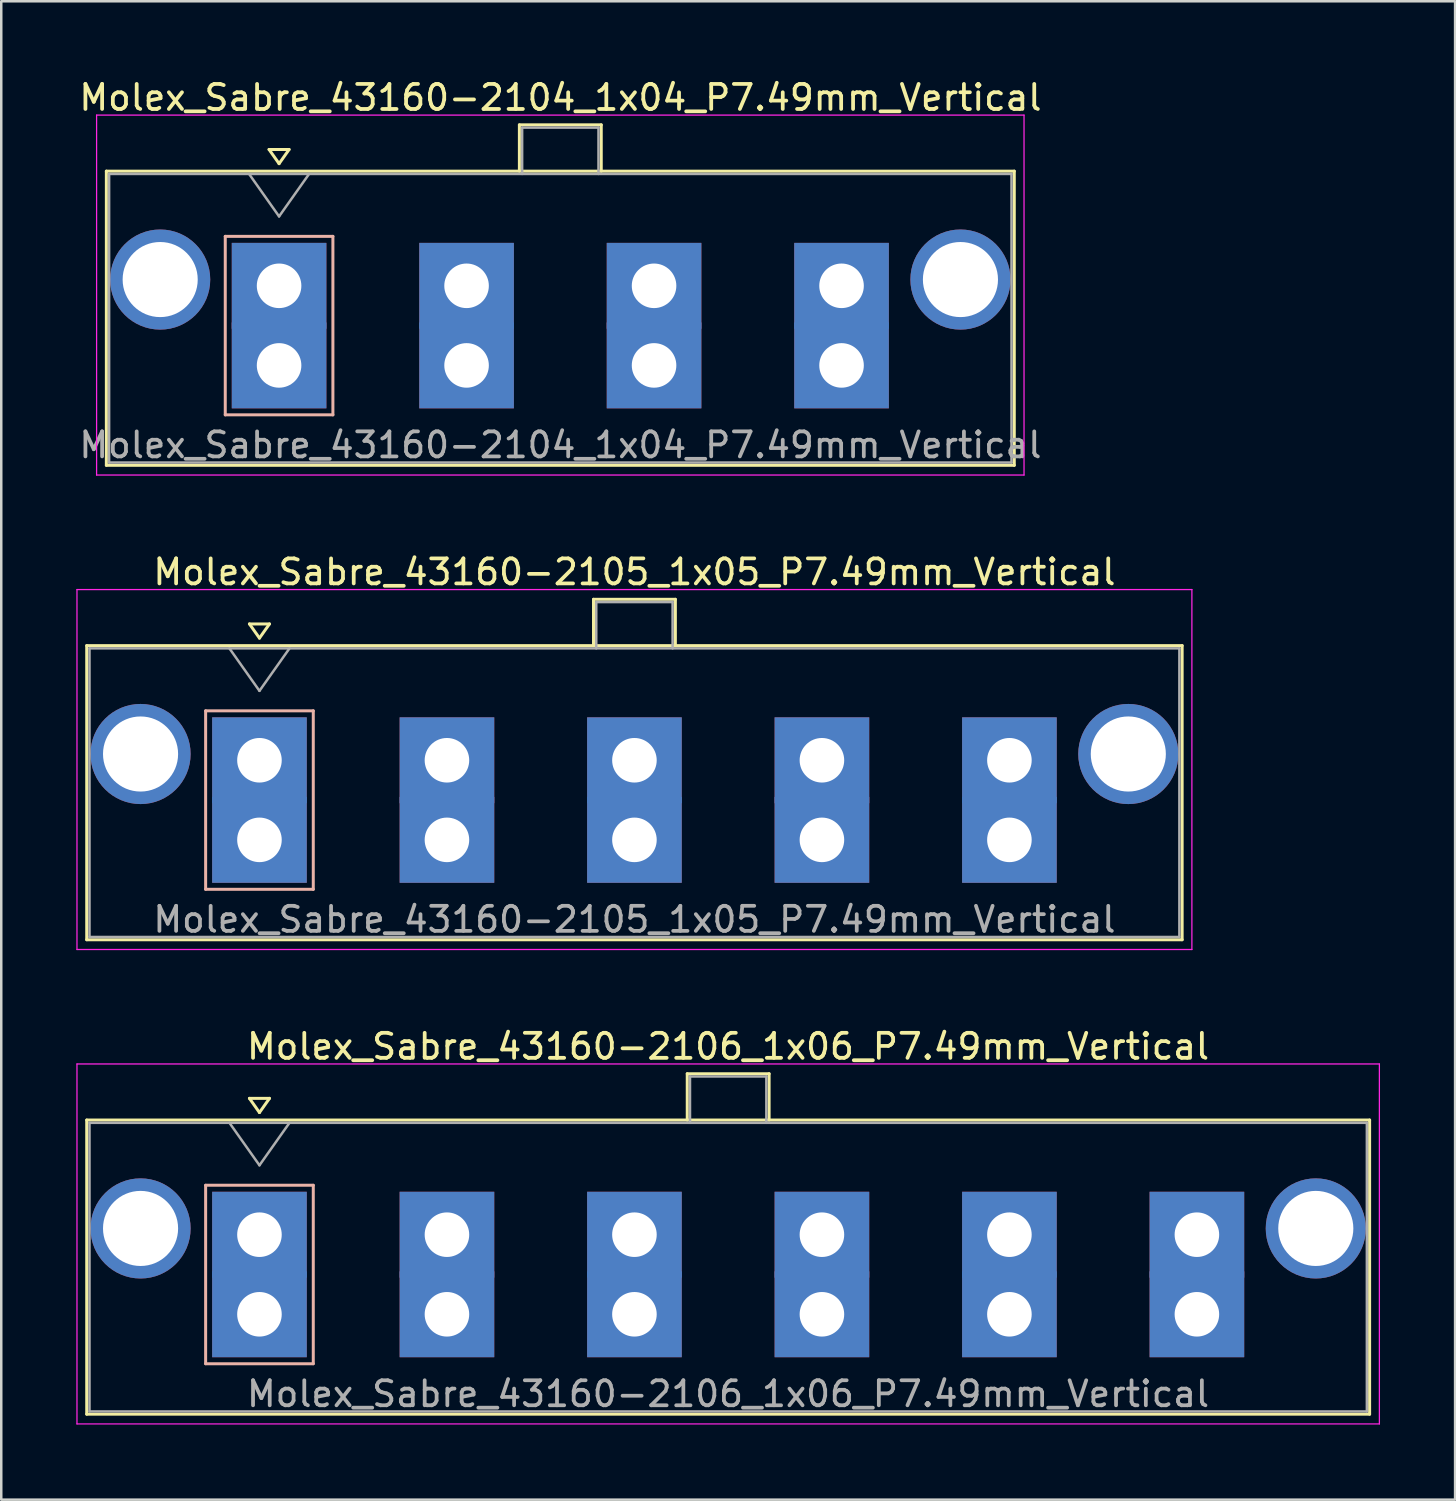
<source format=kicad_pcb>
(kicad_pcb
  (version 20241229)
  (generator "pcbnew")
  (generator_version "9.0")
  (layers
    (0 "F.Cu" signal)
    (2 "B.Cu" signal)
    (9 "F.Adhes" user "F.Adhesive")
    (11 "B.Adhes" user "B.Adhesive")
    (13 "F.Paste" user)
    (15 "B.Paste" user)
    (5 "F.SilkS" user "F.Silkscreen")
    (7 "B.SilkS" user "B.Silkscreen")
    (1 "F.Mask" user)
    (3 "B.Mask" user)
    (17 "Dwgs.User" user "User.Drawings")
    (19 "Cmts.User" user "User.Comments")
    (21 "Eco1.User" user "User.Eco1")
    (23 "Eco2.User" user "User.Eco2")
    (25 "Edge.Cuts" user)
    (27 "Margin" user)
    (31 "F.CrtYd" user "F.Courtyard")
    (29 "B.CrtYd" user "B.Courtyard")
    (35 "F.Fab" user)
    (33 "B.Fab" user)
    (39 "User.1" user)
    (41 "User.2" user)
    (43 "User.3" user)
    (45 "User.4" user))
  (footprint "Molex_Sabre_43160-2104_1x04_P7.49mm_Vertical"
    (layer "F.Cu")
    (at 8.099 11.548)
    (property "Reference" "Molex_Sabre_43160-2104_1x04_P7.49mm_Vertical" (at 11.24 -10.7 0) (layer "F.SilkS") (effects (font (size 1 1) (thickness 0.15))))
    (attr through_hole)
    (fp_line (start -6.9 -7.76) (end -6.9 3.99) (stroke (width 0.12) (type solid)) (layer "F.SilkS"))
    (fp_line (start -6.9 3.99) (end 29.37 3.99) (stroke (width 0.12) (type solid)) (layer "F.SilkS"))
    (fp_line (start -0.4 -8.626) (end 0 -8.06) (stroke (width 0.12) (type solid)) (layer "F.SilkS"))
    (fp_line (start 0 -8.06) (end 0.4 -8.626) (stroke (width 0.12) (type solid)) (layer "F.SilkS"))
    (fp_line (start 0.4 -8.626) (end -0.4 -8.626) (stroke (width 0.12) (type solid)) (layer "F.SilkS"))
    (fp_line (start 9.6 -9.61) (end 12.87 -9.61) (stroke (width 0.12) (type solid)) (layer "F.SilkS"))
    (fp_line (start 9.6 -7.76) (end 9.6 -9.61) (stroke (width 0.12) (type solid)) (layer "F.SilkS"))
    (fp_line (start 12.87 -9.61) (end 12.87 -7.76) (stroke (width 0.12) (type solid)) (layer "F.SilkS"))
    (fp_line (start 29.37 -7.76) (end -6.9 -7.76) (stroke (width 0.12) (type solid)) (layer "F.SilkS"))
    (fp_line (start 29.37 3.99) (end 29.37 -7.76) (stroke (width 0.12) (type solid)) (layer "F.SilkS"))
    (fp_line (start -2.15 -5.155) (end -2.15 1.975) (stroke (width 0.12) (type solid)) (layer "B.SilkS"))
    (fp_line (start -2.15 1.975) (end 2.15 1.975) (stroke (width 0.12) (type solid)) (layer "B.SilkS"))
    (fp_line (start 2.15 -5.155) (end -2.15 -5.155) (stroke (width 0.12) (type solid)) (layer "B.SilkS"))
    (fp_line (start 2.15 1.975) (end 2.15 -5.155) (stroke (width 0.12) (type solid)) (layer "B.SilkS"))
    (fp_line (start -7.29 -10) (end -7.29 4.38) (stroke (width 0.05) (type solid)) (layer "F.CrtYd"))
    (fp_line (start -7.29 4.38) (end 29.76 4.38) (stroke (width 0.05) (type solid)) (layer "F.CrtYd"))
    (fp_line (start 29.76 -10) (end -7.29 -10) (stroke (width 0.05) (type solid)) (layer "F.CrtYd"))
    (fp_line (start 29.76 4.38) (end 29.76 -10) (stroke (width 0.05) (type solid)) (layer "F.CrtYd"))
    (fp_line (start -6.79 -7.65) (end -6.79 3.88) (stroke (width 0.1) (type solid)) (layer "F.Fab"))
    (fp_line (start -6.79 3.88) (end 29.26 3.88) (stroke (width 0.1) (type solid)) (layer "F.Fab"))
    (fp_line (start -1.2 -7.65) (end 0 -5.953) (stroke (width 0.1) (type solid)) (layer "F.Fab"))
    (fp_line (start 0 -5.953) (end 1.2 -7.65) (stroke (width 0.1) (type solid)) (layer "F.Fab"))
    (fp_line (start 9.71 -9.5) (end 12.76 -9.5) (stroke (width 0.1) (type solid)) (layer "F.Fab"))
    (fp_line (start 9.71 -7.65) (end 9.71 -9.5) (stroke (width 0.1) (type solid)) (layer "F.Fab"))
    (fp_line (start 12.76 -9.5) (end 12.76 -7.65) (stroke (width 0.1) (type solid)) (layer "F.Fab"))
    (fp_line (start 29.26 -7.65) (end -6.79 -7.65) (stroke (width 0.1) (type solid)) (layer "F.Fab"))
    (fp_line (start 29.26 3.88) (end 29.26 -7.65) (stroke (width 0.1) (type solid)) (layer "F.Fab"))
    (fp_text user "${REFERENCE}" (at 11.24 3.18 0) (layer "F.Fab") (effects (font (size 1 1) (thickness 0.15))))
    (pad "" thru_hole circle (at -4.75 -3.43) (size 4 4) (drill 3) (layers "*.Cu" "*.Mask"))
    (pad "" thru_hole circle (at 27.22 -3.43) (size 4 4) (drill 3) (layers "*.Cu" "*.Mask"))
    (pad "1" thru_hole rect (at 0 -3.18) (size 3.78 3.43) (drill 1.78) (layers "*.Cu" "*.Mask"))
    (pad "1" thru_hole rect (at 0 0) (size 3.78 3.43) (drill 1.78) (layers "*.Cu" "*.Mask"))
    (pad "2" thru_hole rect (at 7.49 -3.18) (size 3.78 3.43) (drill 1.78) (layers "*.Cu" "*.Mask"))
    (pad "2" thru_hole rect (at 7.49 0) (size 3.78 3.43) (drill 1.78) (layers "*.Cu" "*.Mask"))
    (pad "3" thru_hole rect (at 14.98 -3.18) (size 3.78 3.43) (drill 1.78) (layers "*.Cu" "*.Mask"))
    (pad "3" thru_hole rect (at 14.98 0) (size 3.78 3.43) (drill 1.78) (layers "*.Cu" "*.Mask"))
    (pad "4" thru_hole rect (at 22.47 -3.18) (size 3.78 3.43) (drill 1.78) (layers "*.Cu" "*.Mask"))
    (pad "4" thru_hole rect (at 22.47 0) (size 3.78 3.43) (drill 1.78) (layers "*.Cu" "*.Mask")))
  (footprint "Molex_Sabre_43160-2105_1x05_P7.49mm_Vertical"
    (layer "F.Cu")
    (at 7.315 30.502)
    (property "Reference" "Molex_Sabre_43160-2105_1x05_P7.49mm_Vertical" (at 14.98 -10.7 0) (layer "F.SilkS") (effects (font (size 1 1) (thickness 0.15))))
    (attr through_hole)
    (fp_line (start -6.9 -7.76) (end -6.9 3.99) (stroke (width 0.12) (type solid)) (layer "F.SilkS"))
    (fp_line (start -6.9 3.99) (end 36.86 3.99) (stroke (width 0.12) (type solid)) (layer "F.SilkS"))
    (fp_line (start -0.4 -8.626) (end 0 -8.06) (stroke (width 0.12) (type solid)) (layer "F.SilkS"))
    (fp_line (start 0 -8.06) (end 0.4 -8.626) (stroke (width 0.12) (type solid)) (layer "F.SilkS"))
    (fp_line (start 0.4 -8.626) (end -0.4 -8.626) (stroke (width 0.12) (type solid)) (layer "F.SilkS"))
    (fp_line (start 13.345 -9.61) (end 16.615 -9.61) (stroke (width 0.12) (type solid)) (layer "F.SilkS"))
    (fp_line (start 13.345 -7.76) (end 13.345 -9.61) (stroke (width 0.12) (type solid)) (layer "F.SilkS"))
    (fp_line (start 16.615 -9.61) (end 16.615 -7.76) (stroke (width 0.12) (type solid)) (layer "F.SilkS"))
    (fp_line (start 36.86 -7.76) (end -6.9 -7.76) (stroke (width 0.12) (type solid)) (layer "F.SilkS"))
    (fp_line (start 36.86 3.99) (end 36.86 -7.76) (stroke (width 0.12) (type solid)) (layer "F.SilkS"))
    (fp_line (start -2.15 -5.155) (end -2.15 1.975) (stroke (width 0.12) (type solid)) (layer "B.SilkS"))
    (fp_line (start -2.15 1.975) (end 2.15 1.975) (stroke (width 0.12) (type solid)) (layer "B.SilkS"))
    (fp_line (start 2.15 -5.155) (end -2.15 -5.155) (stroke (width 0.12) (type solid)) (layer "B.SilkS"))
    (fp_line (start 2.15 1.975) (end 2.15 -5.155) (stroke (width 0.12) (type solid)) (layer "B.SilkS"))
    (fp_line (start -7.29 -10) (end -7.29 4.38) (stroke (width 0.05) (type solid)) (layer "F.CrtYd"))
    (fp_line (start -7.29 4.38) (end 37.25 4.38) (stroke (width 0.05) (type solid)) (layer "F.CrtYd"))
    (fp_line (start 37.25 -10) (end -7.29 -10) (stroke (width 0.05) (type solid)) (layer "F.CrtYd"))
    (fp_line (start 37.25 4.38) (end 37.25 -10) (stroke (width 0.05) (type solid)) (layer "F.CrtYd"))
    (fp_line (start -6.79 -7.65) (end -6.79 3.88) (stroke (width 0.1) (type solid)) (layer "F.Fab"))
    (fp_line (start -6.79 3.88) (end 36.75 3.88) (stroke (width 0.1) (type solid)) (layer "F.Fab"))
    (fp_line (start -1.2 -7.65) (end 0 -5.953) (stroke (width 0.1) (type solid)) (layer "F.Fab"))
    (fp_line (start 0 -5.953) (end 1.2 -7.65) (stroke (width 0.1) (type solid)) (layer "F.Fab"))
    (fp_line (start 13.455 -9.5) (end 16.505 -9.5) (stroke (width 0.1) (type solid)) (layer "F.Fab"))
    (fp_line (start 13.455 -7.65) (end 13.455 -9.5) (stroke (width 0.1) (type solid)) (layer "F.Fab"))
    (fp_line (start 16.505 -9.5) (end 16.505 -7.65) (stroke (width 0.1) (type solid)) (layer "F.Fab"))
    (fp_line (start 36.75 -7.65) (end -6.79 -7.65) (stroke (width 0.1) (type solid)) (layer "F.Fab"))
    (fp_line (start 36.75 3.88) (end 36.75 -7.65) (stroke (width 0.1) (type solid)) (layer "F.Fab"))
    (fp_text user "${REFERENCE}" (at 14.98 3.18 0) (layer "F.Fab") (effects (font (size 1 1) (thickness 0.15))))
    (pad "" thru_hole circle (at -4.75 -3.43) (size 4 4) (drill 3) (layers "*.Cu" "*.Mask"))
    (pad "" thru_hole circle (at 34.71 -3.43) (size 4 4) (drill 3) (layers "*.Cu" "*.Mask"))
    (pad "1" thru_hole rect (at 0 -3.18) (size 3.78 3.43) (drill 1.78) (layers "*.Cu" "*.Mask"))
    (pad "1" thru_hole rect (at 0 0) (size 3.78 3.43) (drill 1.78) (layers "*.Cu" "*.Mask"))
    (pad "2" thru_hole rect (at 7.49 -3.18) (size 3.78 3.43) (drill 1.78) (layers "*.Cu" "*.Mask"))
    (pad "2" thru_hole rect (at 7.49 0) (size 3.78 3.43) (drill 1.78) (layers "*.Cu" "*.Mask"))
    (pad "3" thru_hole rect (at 14.98 -3.18) (size 3.78 3.43) (drill 1.78) (layers "*.Cu" "*.Mask"))
    (pad "3" thru_hole rect (at 14.98 0) (size 3.78 3.43) (drill 1.78) (layers "*.Cu" "*.Mask"))
    (pad "4" thru_hole rect (at 22.47 -3.18) (size 3.78 3.43) (drill 1.78) (layers "*.Cu" "*.Mask"))
    (pad "4" thru_hole rect (at 22.47 0) (size 3.78 3.43) (drill 1.78) (layers "*.Cu" "*.Mask"))
    (pad "5" thru_hole rect (at 29.96 -3.18) (size 3.78 3.43) (drill 1.78) (layers "*.Cu" "*.Mask"))
    (pad "5" thru_hole rect (at 29.96 0) (size 3.78 3.43) (drill 1.78) (layers "*.Cu" "*.Mask")))
  (footprint "Molex_Sabre_43160-2106_1x06_P7.49mm_Vertical"
    (layer "F.Cu")
    (at 7.315 49.455)
    (property "Reference" "Molex_Sabre_43160-2106_1x06_P7.49mm_Vertical" (at 18.72 -10.7 0) (layer "F.SilkS") (effects (font (size 1 1) (thickness 0.15))))
    (attr through_hole)
    (fp_line (start -6.9 -7.76) (end -6.9 3.99) (stroke (width 0.12) (type solid)) (layer "F.SilkS"))
    (fp_line (start -6.9 3.99) (end 44.35 3.99) (stroke (width 0.12) (type solid)) (layer "F.SilkS"))
    (fp_line (start -0.4 -8.626) (end 0 -8.06) (stroke (width 0.12) (type solid)) (layer "F.SilkS"))
    (fp_line (start 0 -8.06) (end 0.4 -8.626) (stroke (width 0.12) (type solid)) (layer "F.SilkS"))
    (fp_line (start 0.4 -8.626) (end -0.4 -8.626) (stroke (width 0.12) (type solid)) (layer "F.SilkS"))
    (fp_line (start 17.09 -9.61) (end 20.36 -9.61) (stroke (width 0.12) (type solid)) (layer "F.SilkS"))
    (fp_line (start 17.09 -7.76) (end 17.09 -9.61) (stroke (width 0.12) (type solid)) (layer "F.SilkS"))
    (fp_line (start 20.36 -9.61) (end 20.36 -7.76) (stroke (width 0.12) (type solid)) (layer "F.SilkS"))
    (fp_line (start 44.35 -7.76) (end -6.9 -7.76) (stroke (width 0.12) (type solid)) (layer "F.SilkS"))
    (fp_line (start 44.35 3.99) (end 44.35 -7.76) (stroke (width 0.12) (type solid)) (layer "F.SilkS"))
    (fp_line (start -2.15 -5.155) (end -2.15 1.975) (stroke (width 0.12) (type solid)) (layer "B.SilkS"))
    (fp_line (start -2.15 1.975) (end 2.15 1.975) (stroke (width 0.12) (type solid)) (layer "B.SilkS"))
    (fp_line (start 2.15 -5.155) (end -2.15 -5.155) (stroke (width 0.12) (type solid)) (layer "B.SilkS"))
    (fp_line (start 2.15 1.975) (end 2.15 -5.155) (stroke (width 0.12) (type solid)) (layer "B.SilkS"))
    (fp_line (start -7.29 -10) (end -7.29 4.38) (stroke (width 0.05) (type solid)) (layer "F.CrtYd"))
    (fp_line (start -7.29 4.38) (end 44.74 4.38) (stroke (width 0.05) (type solid)) (layer "F.CrtYd"))
    (fp_line (start 44.74 -10) (end -7.29 -10) (stroke (width 0.05) (type solid)) (layer "F.CrtYd"))
    (fp_line (start 44.74 4.38) (end 44.74 -10) (stroke (width 0.05) (type solid)) (layer "F.CrtYd"))
    (fp_line (start -6.79 -7.65) (end -6.79 3.88) (stroke (width 0.1) (type solid)) (layer "F.Fab"))
    (fp_line (start -6.79 3.88) (end 44.24 3.88) (stroke (width 0.1) (type solid)) (layer "F.Fab"))
    (fp_line (start -1.2 -7.65) (end 0 -5.953) (stroke (width 0.1) (type solid)) (layer "F.Fab"))
    (fp_line (start 0 -5.953) (end 1.2 -7.65) (stroke (width 0.1) (type solid)) (layer "F.Fab"))
    (fp_line (start 17.2 -9.5) (end 20.25 -9.5) (stroke (width 0.1) (type solid)) (layer "F.Fab"))
    (fp_line (start 17.2 -7.65) (end 17.2 -9.5) (stroke (width 0.1) (type solid)) (layer "F.Fab"))
    (fp_line (start 20.25 -9.5) (end 20.25 -7.65) (stroke (width 0.1) (type solid)) (layer "F.Fab"))
    (fp_line (start 44.24 -7.65) (end -6.79 -7.65) (stroke (width 0.1) (type solid)) (layer "F.Fab"))
    (fp_line (start 44.24 3.88) (end 44.24 -7.65) (stroke (width 0.1) (type solid)) (layer "F.Fab"))
    (fp_text user "${REFERENCE}" (at 18.72 3.18 0) (layer "F.Fab") (effects (font (size 1 1) (thickness 0.15))))
    (pad "" thru_hole circle (at -4.75 -3.43) (size 4 4) (drill 3) (layers "*.Cu" "*.Mask"))
    (pad "" thru_hole circle (at 42.2 -3.43) (size 4 4) (drill 3) (layers "*.Cu" "*.Mask"))
    (pad "1" thru_hole rect (at 0 -3.18) (size 3.78 3.43) (drill 1.78) (layers "*.Cu" "*.Mask"))
    (pad "1" thru_hole rect (at 0 0) (size 3.78 3.43) (drill 1.78) (layers "*.Cu" "*.Mask"))
    (pad "2" thru_hole rect (at 7.49 -3.18) (size 3.78 3.43) (drill 1.78) (layers "*.Cu" "*.Mask"))
    (pad "2" thru_hole rect (at 7.49 0) (size 3.78 3.43) (drill 1.78) (layers "*.Cu" "*.Mask"))
    (pad "3" thru_hole rect (at 14.98 -3.18) (size 3.78 3.43) (drill 1.78) (layers "*.Cu" "*.Mask"))
    (pad "3" thru_hole rect (at 14.98 0) (size 3.78 3.43) (drill 1.78) (layers "*.Cu" "*.Mask"))
    (pad "4" thru_hole rect (at 22.47 -3.18) (size 3.78 3.43) (drill 1.78) (layers "*.Cu" "*.Mask"))
    (pad "4" thru_hole rect (at 22.47 0) (size 3.78 3.43) (drill 1.78) (layers "*.Cu" "*.Mask"))
    (pad "5" thru_hole rect (at 29.96 -3.18) (size 3.78 3.43) (drill 1.78) (layers "*.Cu" "*.Mask"))
    (pad "5" thru_hole rect (at 29.96 0) (size 3.78 3.43) (drill 1.78) (layers "*.Cu" "*.Mask"))
    (pad "6" thru_hole rect (at 37.45 -3.18) (size 3.78 3.43) (drill 1.78) (layers "*.Cu" "*.Mask"))
    (pad "6" thru_hole rect (at 37.45 0) (size 3.78 3.43) (drill 1.78) (layers "*.Cu" "*.Mask")))
  (gr_rect
    (start -3 -3)
    (end 55.08 56.86)
    (stroke (width 0.1) (type default))
    (fill no)
    (layer "Edge.Cuts")))
</source>
